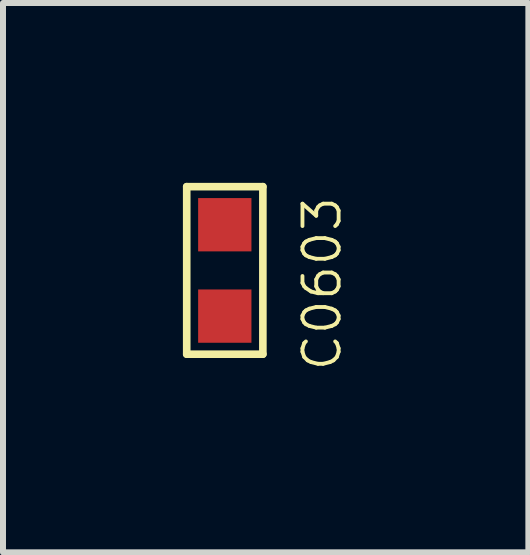
<source format=kicad_pcb>
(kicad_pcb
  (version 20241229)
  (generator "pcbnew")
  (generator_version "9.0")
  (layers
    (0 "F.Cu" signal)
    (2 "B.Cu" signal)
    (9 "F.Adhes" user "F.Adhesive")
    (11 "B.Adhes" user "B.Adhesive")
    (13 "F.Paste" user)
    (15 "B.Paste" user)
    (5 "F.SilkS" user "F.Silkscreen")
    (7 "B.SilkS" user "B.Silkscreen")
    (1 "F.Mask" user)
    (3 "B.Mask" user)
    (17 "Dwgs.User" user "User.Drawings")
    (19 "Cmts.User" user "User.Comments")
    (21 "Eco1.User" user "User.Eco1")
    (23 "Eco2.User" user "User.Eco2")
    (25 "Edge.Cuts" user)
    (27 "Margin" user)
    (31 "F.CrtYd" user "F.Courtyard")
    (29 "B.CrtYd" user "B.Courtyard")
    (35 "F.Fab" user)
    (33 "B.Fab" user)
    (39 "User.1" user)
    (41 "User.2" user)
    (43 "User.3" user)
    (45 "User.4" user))
  (footprint "C0603"
    (layer "F.Cu")
    (at 0.699 1.46)
    (property "Reference" "C0603" (at 1.27 -1.27 90) (layer "F.SilkS") (effects (font (size 0.603 0.603) (thickness 0.064)) (justify right top)))
    (attr through_hole)
    (fp_line (start -0.635 -1.397) (end 0.635 -1.397) (stroke (width 0.127) (type solid)) (layer "F.SilkS"))
    (fp_line (start -0.635 1.397) (end -0.635 -1.397) (stroke (width 0.127) (type solid)) (layer "F.SilkS"))
    (fp_line (start 0.635 -1.397) (end 0.635 1.397) (stroke (width 0.127) (type solid)) (layer "F.SilkS"))
    (fp_line (start 0.635 1.397) (end -0.635 1.397) (stroke (width 0.127) (type solid)) (layer "F.SilkS"))
    (pad "1" smd rect (at 0 -0.762 270) (size 0.889 0.889) (layers "F.Cu" "F.Mask" "F.Paste"))
    (pad "2" smd rect (at 0 0.762 270) (size 0.889 0.889) (layers "F.Cu" "F.Mask" "F.Paste")))
  (gr_rect
    (start -3 -3)
    (end 5.762 6.162)
    (stroke (width 0.1) (type default))
    (fill no)
    (layer "Edge.Cuts")))
</source>
